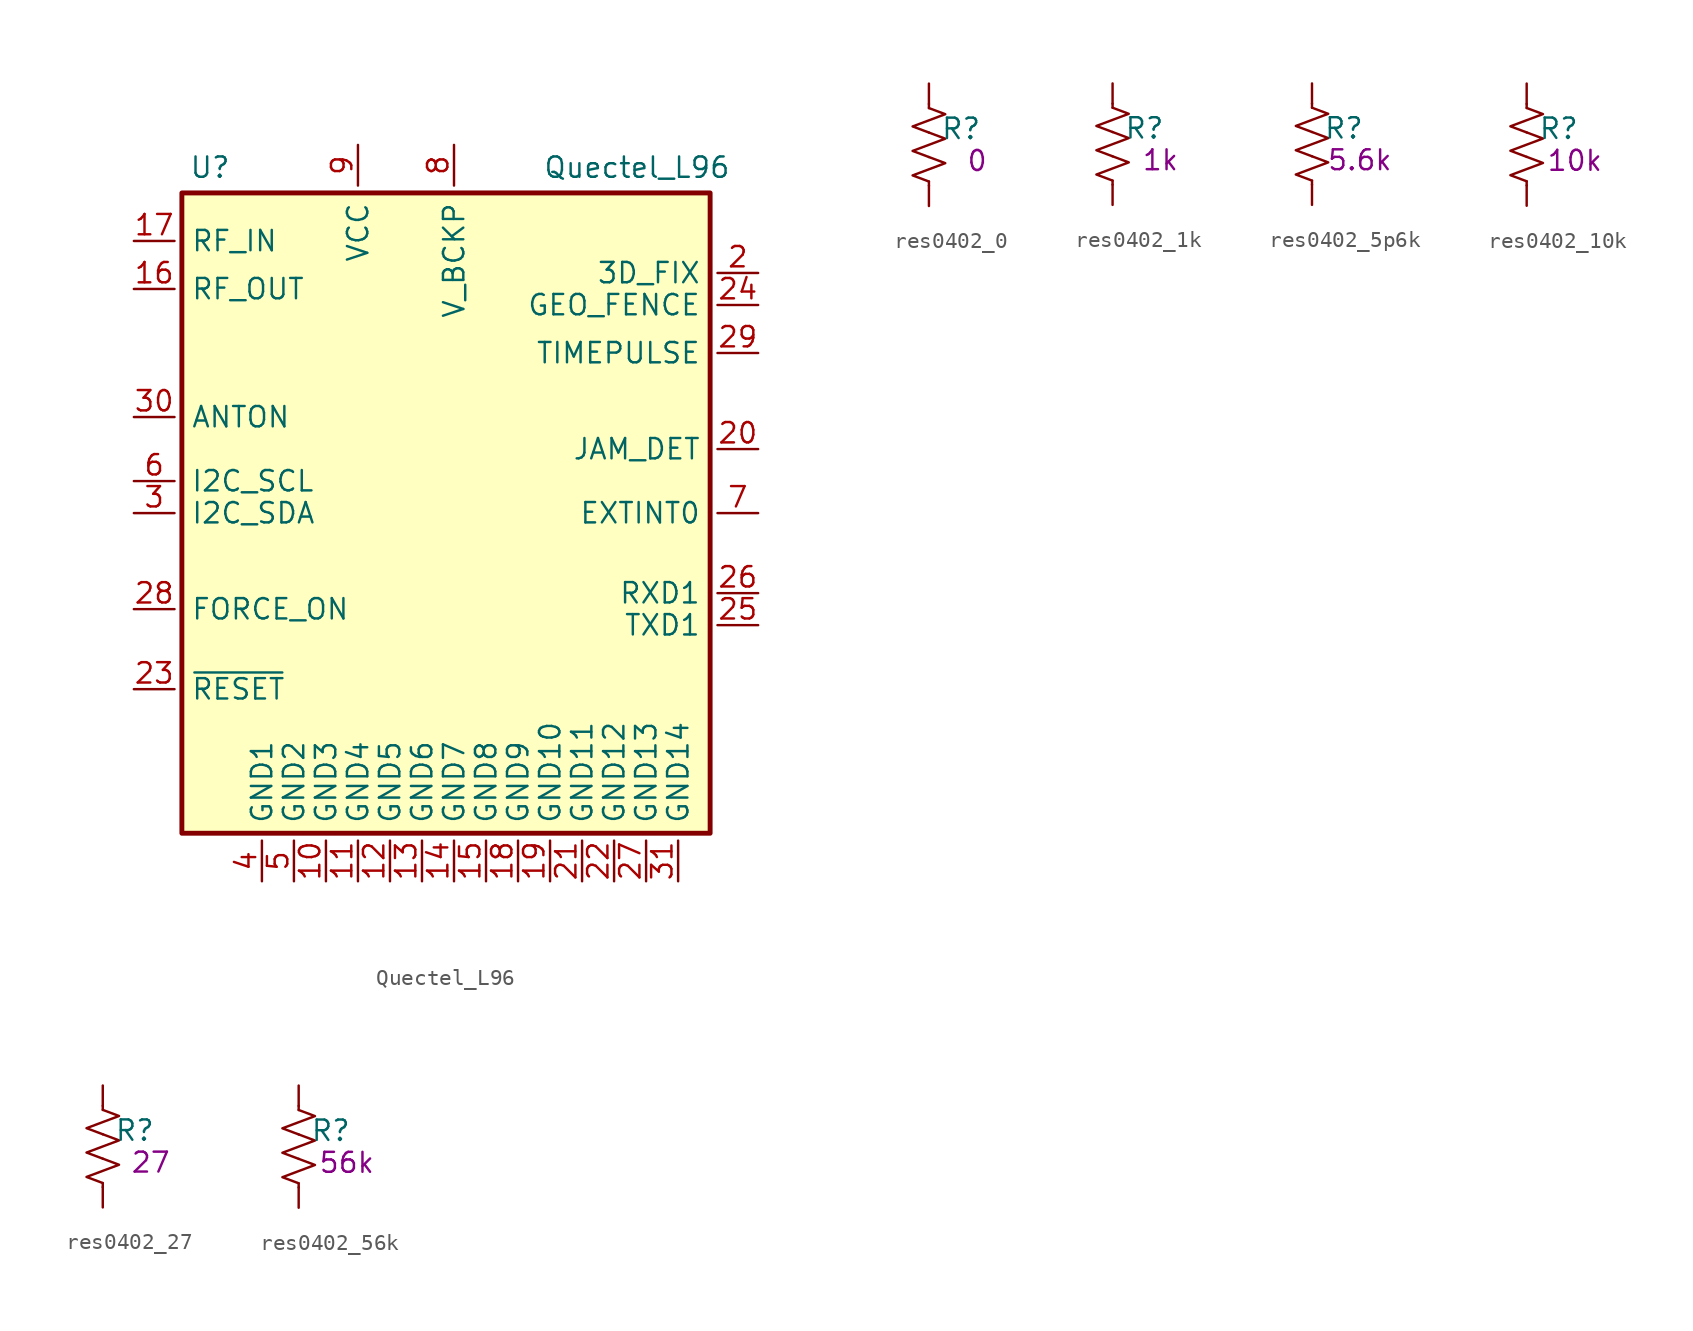
<source format=kicad_sym>
(kicad_symbol_lib
  (version 20220914)
  (generator kicad_symbol_editor)
  (symbol "Quectel_L96"
    (pin_names
      (offset 1.016))
    (property "Reference" "U"
      (at -15.24 21.59 0)
      (effects (font (size 1.27 1.27))))
    (property "Value" "Quectel_L96"
      (at 11.43 21.59 0)
      (effects (font (size 1.27 1.27))))
    (symbol "Quectel_L96_0_0"
      (pin no_connect line (at 19 -11 180) (length 2.54) hide (name "NC1" (effects (font (size 1.27 1.27)))) (number "1" (effects (font (size 1.27 1.27)))))
      (pin power_in line (at -8 -23 90) (length 2.54) (name "GND3" (effects (font (size 1.27 1.27)))) (number "10" (effects (font (size 1.27 1.27)))))
      (pin power_in line (at -6 -23 90) (length 2.54) (name "GND4" (effects (font (size 1.27 1.27)))) (number "11" (effects (font (size 1.27 1.27)))))
      (pin power_in line (at -4 -23 90) (length 2.54) (name "GND5" (effects (font (size 1.27 1.27)))) (number "12" (effects (font (size 1.27 1.27)))))
      (pin power_in line (at -2 -23 90) (length 2.54) (name "GND6" (effects (font (size 1.27 1.27)))) (number "13" (effects (font (size 1.27 1.27)))))
      (pin power_in line (at 0 -23 90) (length 2.54) (name "GND7" (effects (font (size 1.27 1.27)))) (number "14" (effects (font (size 1.27 1.27)))))
      (pin power_in line (at 2 -23 90) (length 2.54) (name "GND8" (effects (font (size 1.27 1.27)))) (number "15" (effects (font (size 1.27 1.27)))))
      (pin output line (at -20 14 0) (length 2.54) (name "RF_OUT" (effects (font (size 1.27 1.27)))) (number "16" (effects (font (size 1.27 1.27)))))
      (pin input line (at -20 17 0) (length 2.54) (name "RF_IN" (effects (font (size 1.27 1.27)))) (number "17" (effects (font (size 1.27 1.27)))))
      (pin power_in line (at 4 -23 90) (length 2.54) (name "GND9" (effects (font (size 1.27 1.27)))) (number "18" (effects (font (size 1.27 1.27)))))
      (pin power_in line (at 6 -23 90) (length 2.54) (name "GND10" (effects (font (size 1.27 1.27)))) (number "19" (effects (font (size 1.27 1.27)))))
      (pin output line (at 19 15 180) (length 2.54) (name "3D_FIX" (effects (font (size 1.27 1.27)))) (number "2" (effects (font (size 1.27 1.27)))))
      (pin output line (at 19 4 180) (length 2.54) (name "JAM_DET" (effects (font (size 1.27 1.27)))) (number "20" (effects (font (size 1.27 1.27)))))
      (pin power_in line (at 8 -23 90) (length 2.54) (name "GND11" (effects (font (size 1.27 1.27)))) (number "21" (effects (font (size 1.27 1.27)))))
      (pin power_in line (at 10 -23 90) (length 2.54) (name "GND12" (effects (font (size 1.27 1.27)))) (number "22" (effects (font (size 1.27 1.27)))))
      (pin input line (at -20 -11 0) (length 2.54) (name "~{RESET}" (effects (font (size 1.27 1.27)))) (number "23" (effects (font (size 1.27 1.27)))))
      (pin output line (at 19 13 180) (length 2.54) (name "GEO_FENCE" (effects (font (size 1.27 1.27)))) (number "24" (effects (font (size 1.27 1.27)))))
      (pin output line (at 19 -7 180) (length 2.54) (name "TXD1" (effects (font (size 1.27 1.27)))) (number "25" (effects (font (size 1.27 1.27)))))
      (pin input line (at 19 -5 180) (length 2.54) (name "RXD1" (effects (font (size 1.27 1.27)))) (number "26" (effects (font (size 1.27 1.27)))))
      (pin power_in line (at 12 -23 90) (length 2.54) (name "GND13" (effects (font (size 1.27 1.27)))) (number "27" (effects (font (size 1.27 1.27)))))
      (pin input line (at -20 -6 0) (length 2.54) (name "FORCE_ON" (effects (font (size 1.27 1.27)))) (number "28" (effects (font (size 1.27 1.27)))))
      (pin output line (at 19 10 180) (length 2.54) (name "TIMEPULSE" (effects (font (size 1.27 1.27)))) (number "29" (effects (font (size 1.27 1.27)))))
      (pin bidirectional line (at -20 0 0) (length 2.54) (name "I2C_SDA" (effects (font (size 1.27 1.27)))) (number "3" (effects (font (size 1.27 1.27)))))
      (pin output line (at -20 6 0) (length 2.54) (name "ANTON" (effects (font (size 1.27 1.27)))) (number "30" (effects (font (size 1.27 1.27)))))
      (pin power_in line (at 14 -23 90) (length 2.54) (name "GND14" (effects (font (size 1.27 1.27)))) (number "31" (effects (font (size 1.27 1.27)))))
      (pin power_in line (at -12 -23 90) (length 2.54) (name "GND1" (effects (font (size 1.27 1.27)))) (number "4" (effects (font (size 1.27 1.27)))))
      (pin power_in line (at -10 -23 90) (length 2.54) (name "GND2" (effects (font (size 1.27 1.27)))) (number "5" (effects (font (size 1.27 1.27)))))
      (pin bidirectional line (at -20 2 0) (length 2.54) (name "I2C_SCL" (effects (font (size 1.27 1.27)))) (number "6" (effects (font (size 1.27 1.27)))))
      (pin input line (at 19 0 180) (length 2.54) (name "EXTINT0" (effects (font (size 1.27 1.27)))) (number "7" (effects (font (size 1.27 1.27)))))
      (pin power_in line (at 0 23 270) (length 2.54) (name "V_BCKP" (effects (font (size 1.27 1.27)))) (number "8" (effects (font (size 1.27 1.27)))))
      (pin power_in line (at -6 23 270) (length 2.54) (name "VCC" (effects (font (size 1.27 1.27)))) (number "9" (effects (font (size 1.27 1.27))))))
    (symbol "Quectel_L96_0_1"
      (rectangle (start -17 20) (end 16 -20) (stroke (width 0.305) (type default)) (fill (type background)))))
  (symbol "res0402_0"
    (pin_numbers hide)
    (pin_names
      (offset 0))
    (property "Reference" "R"
      (at 2 1 0)
      (effects (font (size 1.27 1.27))))
    (property "Resistance" "0"
      (at 3 -1 0)
      (effects (font (size 1.245 1.245))))
    (symbol "res0402_0_0_1"
      (polyline (pts (xy 0 -2.286) (xy 0 -2.54)) (stroke (width 0) (type default)) (fill (type none)))
      (polyline (pts (xy 0 2.286) (xy 0 2.54)) (stroke (width 0) (type default)) (fill (type none)))
      (polyline (pts (xy 0 -0.762) (xy 1.016 -1.143) (xy 0 -1.524) (xy -1.016 -1.905) (xy 0 -2.286)) (stroke (width 0) (type default)) (fill (type none)))
      (polyline (pts (xy 0 0.762) (xy 1.016 0.381) (xy 0 0) (xy -1.016 -0.381) (xy 0 -0.762)) (stroke (width 0) (type default)) (fill (type none)))
      (polyline (pts (xy 0 2.286) (xy 1.016 1.905) (xy 0 1.524) (xy -1.016 1.143) (xy 0 0.762)) (stroke (width 0) (type default)) (fill (type none))))
    (symbol "res0402_0_1_1"
      (pin passive line (at 0 3.81 270) (length 1.27) (name "~" (effects (font (size 1.27 1.27)))) (number "1" (effects (font (size 1.27 1.27)))))
      (pin passive line (at 0 -3.81 90) (length 1.27) (name "~" (effects (font (size 1.27 1.27)))) (number "2" (effects (font (size 1.27 1.27)))))))
  (symbol "res0402_1k"
    (pin_numbers hide)
    (pin_names
      (offset 0))
    (property "Reference" "R"
      (at 2 1 0)
      (effects (font (size 1.27 1.27))))
    (property "Resistance" "1k"
      (at 3 -1 0)
      (effects (font (size 1.245 1.245))))
    (symbol "res0402_1k_0_1"
      (polyline (pts (xy 0 -2.286) (xy 0 -2.54)) (stroke (width 0) (type default)) (fill (type none)))
      (polyline (pts (xy 0 2.286) (xy 0 2.54)) (stroke (width 0) (type default)) (fill (type none)))
      (polyline (pts (xy 0 -0.762) (xy 1.016 -1.143) (xy 0 -1.524) (xy -1.016 -1.905) (xy 0 -2.286)) (stroke (width 0) (type default)) (fill (type none)))
      (polyline (pts (xy 0 0.762) (xy 1.016 0.381) (xy 0 0) (xy -1.016 -0.381) (xy 0 -0.762)) (stroke (width 0) (type default)) (fill (type none)))
      (polyline (pts (xy 0 2.286) (xy 1.016 1.905) (xy 0 1.524) (xy -1.016 1.143) (xy 0 0.762)) (stroke (width 0) (type default)) (fill (type none))))
    (symbol "res0402_1k_1_1"
      (pin passive line (at 0 3.81 270) (length 1.27) (name "~" (effects (font (size 1.27 1.27)))) (number "1" (effects (font (size 1.27 1.27)))))
      (pin passive line (at 0 -3.81 90) (length 1.27) (name "~" (effects (font (size 1.27 1.27)))) (number "2" (effects (font (size 1.27 1.27)))))))
  (symbol "res0402_5p6k"
    (pin_numbers hide)
    (pin_names
      (offset 0))
    (property "Reference" "R"
      (at 2 1 0)
      (effects (font (size 1.27 1.27))))
    (property "Resistance" "5.6k"
      (at 3 -1 0)
      (effects (font (size 1.245 1.245))))
    (symbol "res0402_5p6k_0_1"
      (polyline (pts (xy 0 -2.286) (xy 0 -2.54)) (stroke (width 0) (type default)) (fill (type none)))
      (polyline (pts (xy 0 2.286) (xy 0 2.54)) (stroke (width 0) (type default)) (fill (type none)))
      (polyline (pts (xy 0 -0.762) (xy 1.016 -1.143) (xy 0 -1.524) (xy -1.016 -1.905) (xy 0 -2.286)) (stroke (width 0) (type default)) (fill (type none)))
      (polyline (pts (xy 0 0.762) (xy 1.016 0.381) (xy 0 0) (xy -1.016 -0.381) (xy 0 -0.762)) (stroke (width 0) (type default)) (fill (type none)))
      (polyline (pts (xy 0 2.286) (xy 1.016 1.905) (xy 0 1.524) (xy -1.016 1.143) (xy 0 0.762)) (stroke (width 0) (type default)) (fill (type none))))
    (symbol "res0402_5p6k_1_1"
      (pin passive line (at 0 3.81 270) (length 1.27) (name "~" (effects (font (size 1.27 1.27)))) (number "1" (effects (font (size 1.27 1.27)))))
      (pin passive line (at 0 -3.81 90) (length 1.27) (name "~" (effects (font (size 1.27 1.27)))) (number "2" (effects (font (size 1.27 1.27)))))))
  (symbol "res0402_10k"
    (pin_numbers hide)
    (pin_names
      (offset 0))
    (property "Reference" "R"
      (at 2 1 0)
      (effects (font (size 1.27 1.27))))
    (property "Resistance" "10k"
      (at 3 -1 0)
      (effects (font (size 1.245 1.245))))
    (symbol "res0402_10k_0_1"
      (polyline (pts (xy 0 -2.286) (xy 0 -2.54)) (stroke (width 0) (type default)) (fill (type none)))
      (polyline (pts (xy 0 2.286) (xy 0 2.54)) (stroke (width 0) (type default)) (fill (type none)))
      (polyline (pts (xy 0 -0.762) (xy 1.016 -1.143) (xy 0 -1.524) (xy -1.016 -1.905) (xy 0 -2.286)) (stroke (width 0) (type default)) (fill (type none)))
      (polyline (pts (xy 0 0.762) (xy 1.016 0.381) (xy 0 0) (xy -1.016 -0.381) (xy 0 -0.762)) (stroke (width 0) (type default)) (fill (type none)))
      (polyline (pts (xy 0 2.286) (xy 1.016 1.905) (xy 0 1.524) (xy -1.016 1.143) (xy 0 0.762)) (stroke (width 0) (type default)) (fill (type none))))
    (symbol "res0402_10k_1_1"
      (pin passive line (at 0 3.81 270) (length 1.27) (name "~" (effects (font (size 1.27 1.27)))) (number "1" (effects (font (size 1.27 1.27)))))
      (pin passive line (at 0 -3.81 90) (length 1.27) (name "~" (effects (font (size 1.27 1.27)))) (number "2" (effects (font (size 1.27 1.27)))))))
  (symbol "res0402_27"
    (pin_numbers hide)
    (pin_names
      (offset 0))
    (property "Reference" "R"
      (at 2 1 0)
      (effects (font (size 1.27 1.27))))
    (property "Resistance" "27"
      (at 3 -1 0)
      (effects (font (size 1.245 1.245))))
    (symbol "res0402_27_0_1"
      (polyline (pts (xy 0 -2.286) (xy 0 -2.54)) (stroke (width 0) (type default)) (fill (type none)))
      (polyline (pts (xy 0 2.286) (xy 0 2.54)) (stroke (width 0) (type default)) (fill (type none)))
      (polyline (pts (xy 0 -0.762) (xy 1.016 -1.143) (xy 0 -1.524) (xy -1.016 -1.905) (xy 0 -2.286)) (stroke (width 0) (type default)) (fill (type none)))
      (polyline (pts (xy 0 0.762) (xy 1.016 0.381) (xy 0 0) (xy -1.016 -0.381) (xy 0 -0.762)) (stroke (width 0) (type default)) (fill (type none)))
      (polyline (pts (xy 0 2.286) (xy 1.016 1.905) (xy 0 1.524) (xy -1.016 1.143) (xy 0 0.762)) (stroke (width 0) (type default)) (fill (type none))))
    (symbol "res0402_27_1_1"
      (pin passive line (at 0 3.81 270) (length 1.27) (name "~" (effects (font (size 1.27 1.27)))) (number "1" (effects (font (size 1.27 1.27)))))
      (pin passive line (at 0 -3.81 90) (length 1.27) (name "~" (effects (font (size 1.27 1.27)))) (number "2" (effects (font (size 1.27 1.27)))))))
  (symbol "res0402_56k"
    (pin_numbers hide)
    (pin_names
      (offset 0))
    (property "Reference" "R"
      (at 2 1 0)
      (effects (font (size 1.27 1.27))))
    (property "Resistance" "56k"
      (at 3 -1 0)
      (effects (font (size 1.245 1.245))))
    (symbol "res0402_56k_0_1"
      (polyline (pts (xy 0 -2.286) (xy 0 -2.54)) (stroke (width 0) (type default)) (fill (type none)))
      (polyline (pts (xy 0 2.286) (xy 0 2.54)) (stroke (width 0) (type default)) (fill (type none)))
      (polyline (pts (xy 0 -0.762) (xy 1.016 -1.143) (xy 0 -1.524) (xy -1.016 -1.905) (xy 0 -2.286)) (stroke (width 0) (type default)) (fill (type none)))
      (polyline (pts (xy 0 0.762) (xy 1.016 0.381) (xy 0 0) (xy -1.016 -0.381) (xy 0 -0.762)) (stroke (width 0) (type default)) (fill (type none)))
      (polyline (pts (xy 0 2.286) (xy 1.016 1.905) (xy 0 1.524) (xy -1.016 1.143) (xy 0 0.762)) (stroke (width 0) (type default)) (fill (type none))))
    (symbol "res0402_56k_1_1"
      (pin passive line (at 0 3.81 270) (length 1.27) (name "~" (effects (font (size 1.27 1.27)))) (number "1" (effects (font (size 1.27 1.27)))))
      (pin passive line (at 0 -3.81 90) (length 1.27) (name "~" (effects (font (size 1.27 1.27)))) (number "2" (effects (font (size 1.27 1.27))))))))
</source>
